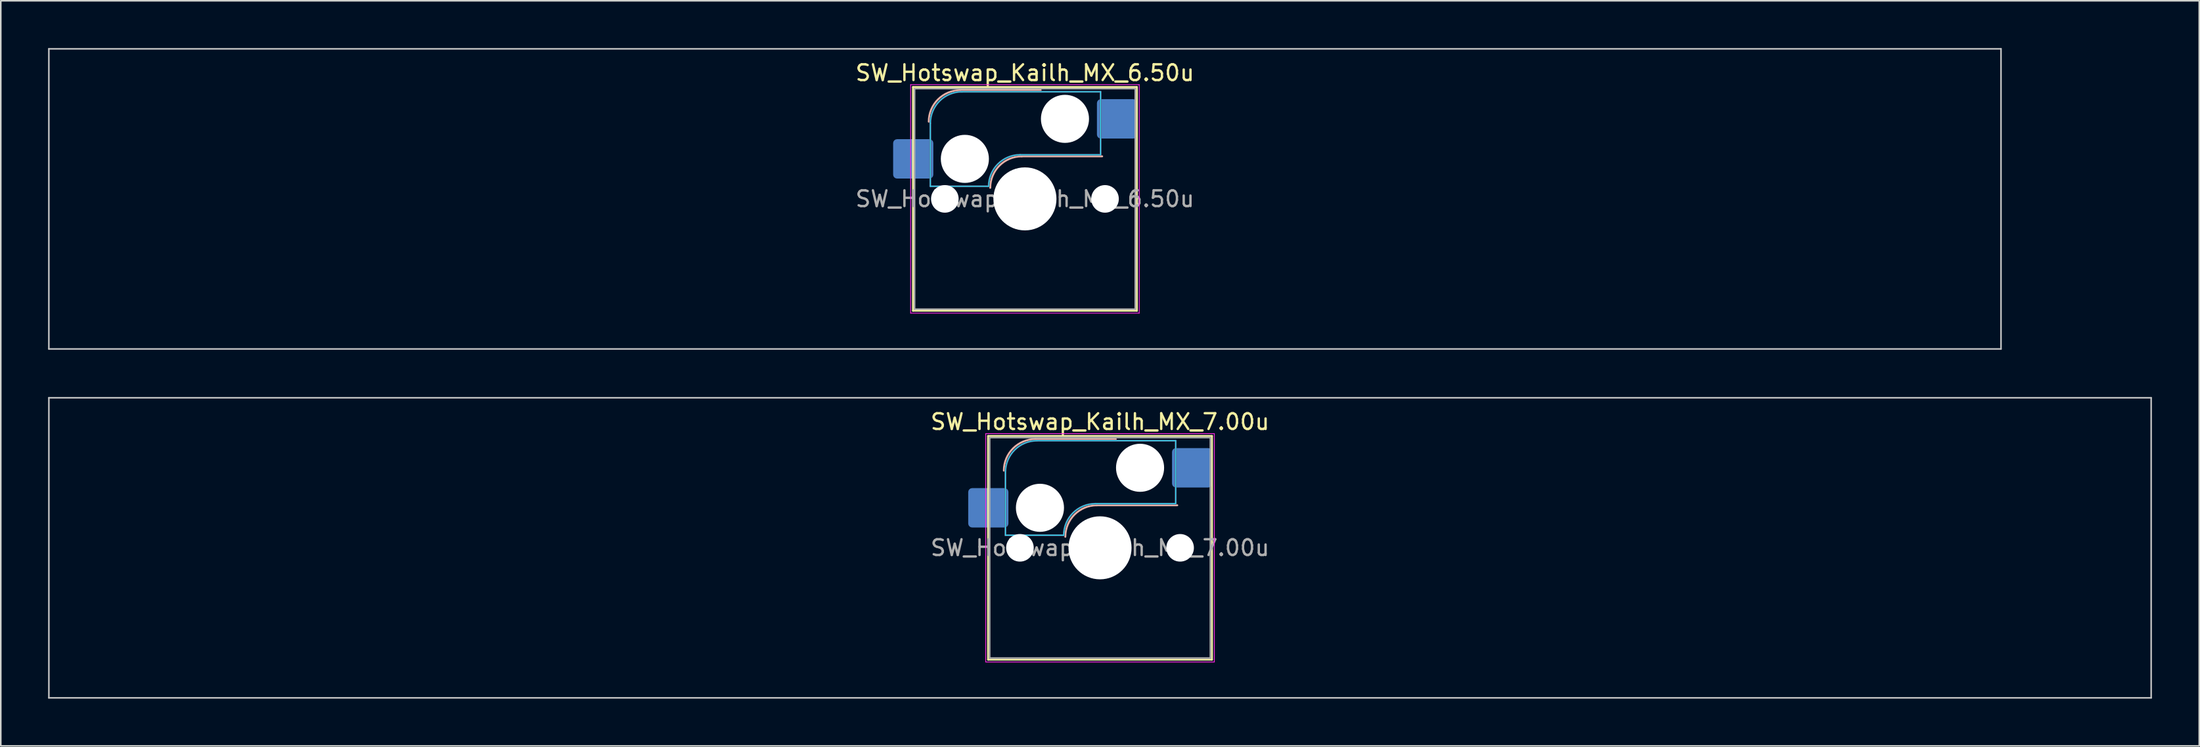
<source format=kicad_pcb>
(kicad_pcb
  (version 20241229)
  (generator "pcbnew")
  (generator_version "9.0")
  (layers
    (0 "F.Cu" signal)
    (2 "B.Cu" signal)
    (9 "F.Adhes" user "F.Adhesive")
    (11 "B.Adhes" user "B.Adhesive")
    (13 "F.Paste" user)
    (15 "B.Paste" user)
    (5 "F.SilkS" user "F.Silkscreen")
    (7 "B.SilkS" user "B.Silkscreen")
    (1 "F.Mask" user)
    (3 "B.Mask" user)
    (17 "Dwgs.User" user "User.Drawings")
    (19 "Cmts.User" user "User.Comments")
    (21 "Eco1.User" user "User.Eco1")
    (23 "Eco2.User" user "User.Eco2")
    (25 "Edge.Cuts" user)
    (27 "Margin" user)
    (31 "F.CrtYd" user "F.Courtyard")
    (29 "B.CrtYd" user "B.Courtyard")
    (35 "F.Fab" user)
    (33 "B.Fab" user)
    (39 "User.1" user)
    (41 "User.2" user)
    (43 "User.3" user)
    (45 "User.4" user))
  (footprint "SW_Hotswap_Kailh_MX_6.50u"
    (layer "F.Cu")
    (at 61.962 9.575)
    (property "Reference" "SW_Hotswap_Kailh_MX_6.50u" (at 0 -8 0) (layer "F.SilkS") (effects (font (size 1 1) (thickness 0.15))))
    (attr smd)
    (fp_line (start -7.1 -7.1) (end -7.1 7.1) (stroke (width 0.12) (type solid)) (layer "F.SilkS"))
    (fp_line (start -7.1 7.1) (end 7.1 7.1) (stroke (width 0.12) (type solid)) (layer "F.SilkS"))
    (fp_line (start 7.1 -7.1) (end -7.1 -7.1) (stroke (width 0.12) (type solid)) (layer "F.SilkS"))
    (fp_line (start 7.1 7.1) (end 7.1 -7.1) (stroke (width 0.12) (type solid)) (layer "F.SilkS"))
    (fp_line (start -4.1 -6.9) (end 1 -6.9) (stroke (width 0.12) (type solid)) (layer "B.SilkS"))
    (fp_line (start -0.2 -2.7) (end 4.9 -2.7) (stroke (width 0.12) (type solid)) (layer "B.SilkS"))
    (fp_arc (start -6.1 -4.9) (mid -5.514214 -6.314214) (end -4.1 -6.9) (stroke (width 0.12) (type solid)) (layer "B.SilkS"))
    (fp_arc (start -2.2 -0.7) (mid -1.614214 -2.114214) (end -0.2 -2.7) (stroke (width 0.12) (type solid)) (layer "B.SilkS"))
    (fp_line (start -61.913 -9.525) (end -61.913 9.525) (stroke (width 0.1) (type solid)) (layer "Dwgs.User"))
    (fp_line (start -61.913 9.525) (end 61.913 9.525) (stroke (width 0.1) (type solid)) (layer "Dwgs.User"))
    (fp_line (start 61.913 -9.525) (end -61.913 -9.525) (stroke (width 0.1) (type solid)) (layer "Dwgs.User"))
    (fp_line (start 61.913 9.525) (end 61.913 -9.525) (stroke (width 0.1) (type solid)) (layer "Dwgs.User"))
    (fp_line (start -7.8 -6) (end -7 -6) (stroke (width 0.1) (type solid)) (layer "Eco1.User"))
    (fp_line (start -7.8 -2.9) (end -7.8 -6) (stroke (width 0.1) (type solid)) (layer "Eco1.User"))
    (fp_line (start -7.8 2.9) (end -7 2.9) (stroke (width 0.1) (type solid)) (layer "Eco1.User"))
    (fp_line (start -7.8 6) (end -7.8 2.9) (stroke (width 0.1) (type solid)) (layer "Eco1.User"))
    (fp_line (start -7 -7) (end 7 -7) (stroke (width 0.1) (type solid)) (layer "Eco1.User"))
    (fp_line (start -7 -6) (end -7 -7) (stroke (width 0.1) (type solid)) (layer "Eco1.User"))
    (fp_line (start -7 -2.9) (end -7.8 -2.9) (stroke (width 0.1) (type solid)) (layer "Eco1.User"))
    (fp_line (start -7 2.9) (end -7 -2.9) (stroke (width 0.1) (type solid)) (layer "Eco1.User"))
    (fp_line (start -7 6) (end -7.8 6) (stroke (width 0.1) (type solid)) (layer "Eco1.User"))
    (fp_line (start -7 7) (end -7 6) (stroke (width 0.1) (type solid)) (layer "Eco1.User"))
    (fp_line (start 7 -7) (end 7 -6) (stroke (width 0.1) (type solid)) (layer "Eco1.User"))
    (fp_line (start 7 -6) (end 7.8 -6) (stroke (width 0.1) (type solid)) (layer "Eco1.User"))
    (fp_line (start 7 -2.9) (end 7 2.9) (stroke (width 0.1) (type solid)) (layer "Eco1.User"))
    (fp_line (start 7 2.9) (end 7.8 2.9) (stroke (width 0.1) (type solid)) (layer "Eco1.User"))
    (fp_line (start 7 6) (end 7 7) (stroke (width 0.1) (type solid)) (layer "Eco1.User"))
    (fp_line (start 7 7) (end -7 7) (stroke (width 0.1) (type solid)) (layer "Eco1.User"))
    (fp_line (start 7.8 -6) (end 7.8 -2.9) (stroke (width 0.1) (type solid)) (layer "Eco1.User"))
    (fp_line (start 7.8 -2.9) (end 7 -2.9) (stroke (width 0.1) (type solid)) (layer "Eco1.User"))
    (fp_line (start 7.8 2.9) (end 7.8 6) (stroke (width 0.1) (type solid)) (layer "Eco1.User"))
    (fp_line (start 7.8 6) (end 7 6) (stroke (width 0.1) (type solid)) (layer "Eco1.User"))
    (fp_line (start -6 -0.8) (end -6 -4.8) (stroke (width 0.05) (type solid)) (layer "B.CrtYd"))
    (fp_line (start -6 -0.8) (end -2.3 -0.8) (stroke (width 0.05) (type solid)) (layer "B.CrtYd"))
    (fp_line (start -4 -6.8) (end 4.8 -6.8) (stroke (width 0.05) (type solid)) (layer "B.CrtYd"))
    (fp_line (start -0.3 -2.8) (end 4.8 -2.8) (stroke (width 0.05) (type solid)) (layer "B.CrtYd"))
    (fp_line (start 4.8 -6.8) (end 4.8 -2.8) (stroke (width 0.05) (type solid)) (layer "B.CrtYd"))
    (fp_arc (start -6 -4.8) (mid -5.414214 -6.214214) (end -4 -6.8) (stroke (width 0.05) (type solid)) (layer "B.CrtYd"))
    (fp_arc (start -2.3 -0.8) (mid -1.714214 -2.214214) (end -0.3 -2.8) (stroke (width 0.05) (type solid)) (layer "B.CrtYd"))
    (fp_line (start -7.25 -7.25) (end -7.25 7.25) (stroke (width 0.05) (type solid)) (layer "F.CrtYd"))
    (fp_line (start -7.25 7.25) (end 7.25 7.25) (stroke (width 0.05) (type solid)) (layer "F.CrtYd"))
    (fp_line (start 7.25 -7.25) (end -7.25 -7.25) (stroke (width 0.05) (type solid)) (layer "F.CrtYd"))
    (fp_line (start 7.25 7.25) (end 7.25 -7.25) (stroke (width 0.05) (type solid)) (layer "F.CrtYd"))
    (fp_line (start -6 -0.8) (end -6 -4.8) (stroke (width 0.12) (type solid)) (layer "B.Fab"))
    (fp_line (start -6 -0.8) (end -2.3 -0.8) (stroke (width 0.12) (type solid)) (layer "B.Fab"))
    (fp_line (start -4 -6.8) (end 4.8 -6.8) (stroke (width 0.12) (type solid)) (layer "B.Fab"))
    (fp_line (start -0.3 -2.8) (end 4.8 -2.8) (stroke (width 0.12) (type solid)) (layer "B.Fab"))
    (fp_line (start 4.8 -6.8) (end 4.8 -2.8) (stroke (width 0.12) (type solid)) (layer "B.Fab"))
    (fp_arc (start -6 -4.8) (mid -5.414214 -6.214214) (end -4 -6.8) (stroke (width 0.12) (type solid)) (layer "B.Fab"))
    (fp_arc (start -2.3 -0.8) (mid -1.714214 -2.214214) (end -0.3 -2.8) (stroke (width 0.12) (type solid)) (layer "B.Fab"))
    (fp_line (start -7 -7) (end -7 7) (stroke (width 0.1) (type solid)) (layer "F.Fab"))
    (fp_line (start -7 7) (end 7 7) (stroke (width 0.1) (type solid)) (layer "F.Fab"))
    (fp_line (start 7 -7) (end -7 -7) (stroke (width 0.1) (type solid)) (layer "F.Fab"))
    (fp_line (start 7 7) (end 7 -7) (stroke (width 0.1) (type solid)) (layer "F.Fab"))
    (fp_text user "${REFERENCE}" (at 0 0 0) (layer "F.Fab") (effects (font (size 1 1) (thickness 0.15))))
    (pad "" np_thru_hole circle (at -5.08 0) (size 1.75 1.75) (drill 1.75) (layers "*.Cu" "*.Mask"))
    (pad "" np_thru_hole circle (at -3.81 -2.54) (size 3.05 3.05) (drill 3.05) (layers "*.Cu" "*.Mask"))
    (pad "" np_thru_hole circle (at 0 0) (size 4 4) (drill 4) (layers "*.Cu" "*.Mask"))
    (pad "" np_thru_hole circle (at 2.54 -5.08) (size 3.05 3.05) (drill 3.05) (layers "*.Cu" "*.Mask"))
    (pad "" np_thru_hole circle (at 5.08 0) (size 1.75 1.75) (drill 1.75) (layers "*.Cu" "*.Mask"))
    (pad "1" smd roundrect (at -7.085 -2.54) (size 2.55 2.5) (layers "B.Cu" "B.Mask" "B.Paste") (roundrect_rratio 0.1))
    (pad "2" smd roundrect (at 5.842 -5.08) (size 2.55 2.5) (layers "B.Cu" "B.Mask" "B.Paste") (roundrect_rratio 0.1)))
  (footprint "SW_Hotswap_Kailh_MX_7.00u"
    (layer "F.Cu")
    (at 66.725 31.725)
    (property "Reference" "SW_Hotswap_Kailh_MX_7.00u" (at 0 -8 0) (layer "F.SilkS") (effects (font (size 1 1) (thickness 0.15))))
    (attr smd)
    (fp_line (start -7.1 -7.1) (end -7.1 7.1) (stroke (width 0.12) (type solid)) (layer "F.SilkS"))
    (fp_line (start -7.1 7.1) (end 7.1 7.1) (stroke (width 0.12) (type solid)) (layer "F.SilkS"))
    (fp_line (start 7.1 -7.1) (end -7.1 -7.1) (stroke (width 0.12) (type solid)) (layer "F.SilkS"))
    (fp_line (start 7.1 7.1) (end 7.1 -7.1) (stroke (width 0.12) (type solid)) (layer "F.SilkS"))
    (fp_line (start -4.1 -6.9) (end 1 -6.9) (stroke (width 0.12) (type solid)) (layer "B.SilkS"))
    (fp_line (start -0.2 -2.7) (end 4.9 -2.7) (stroke (width 0.12) (type solid)) (layer "B.SilkS"))
    (fp_arc (start -6.1 -4.9) (mid -5.514214 -6.314214) (end -4.1 -6.9) (stroke (width 0.12) (type solid)) (layer "B.SilkS"))
    (fp_arc (start -2.2 -0.7) (mid -1.614214 -2.114214) (end -0.2 -2.7) (stroke (width 0.12) (type solid)) (layer "B.SilkS"))
    (fp_line (start -66.675 -9.525) (end -66.675 9.525) (stroke (width 0.1) (type solid)) (layer "Dwgs.User"))
    (fp_line (start -66.675 9.525) (end 66.675 9.525) (stroke (width 0.1) (type solid)) (layer "Dwgs.User"))
    (fp_line (start 66.675 -9.525) (end -66.675 -9.525) (stroke (width 0.1) (type solid)) (layer "Dwgs.User"))
    (fp_line (start 66.675 9.525) (end 66.675 -9.525) (stroke (width 0.1) (type solid)) (layer "Dwgs.User"))
    (fp_line (start -7.8 -6) (end -7 -6) (stroke (width 0.1) (type solid)) (layer "Eco1.User"))
    (fp_line (start -7.8 -2.9) (end -7.8 -6) (stroke (width 0.1) (type solid)) (layer "Eco1.User"))
    (fp_line (start -7.8 2.9) (end -7 2.9) (stroke (width 0.1) (type solid)) (layer "Eco1.User"))
    (fp_line (start -7.8 6) (end -7.8 2.9) (stroke (width 0.1) (type solid)) (layer "Eco1.User"))
    (fp_line (start -7 -7) (end 7 -7) (stroke (width 0.1) (type solid)) (layer "Eco1.User"))
    (fp_line (start -7 -6) (end -7 -7) (stroke (width 0.1) (type solid)) (layer "Eco1.User"))
    (fp_line (start -7 -2.9) (end -7.8 -2.9) (stroke (width 0.1) (type solid)) (layer "Eco1.User"))
    (fp_line (start -7 2.9) (end -7 -2.9) (stroke (width 0.1) (type solid)) (layer "Eco1.User"))
    (fp_line (start -7 6) (end -7.8 6) (stroke (width 0.1) (type solid)) (layer "Eco1.User"))
    (fp_line (start -7 7) (end -7 6) (stroke (width 0.1) (type solid)) (layer "Eco1.User"))
    (fp_line (start 7 -7) (end 7 -6) (stroke (width 0.1) (type solid)) (layer "Eco1.User"))
    (fp_line (start 7 -6) (end 7.8 -6) (stroke (width 0.1) (type solid)) (layer "Eco1.User"))
    (fp_line (start 7 -2.9) (end 7 2.9) (stroke (width 0.1) (type solid)) (layer "Eco1.User"))
    (fp_line (start 7 2.9) (end 7.8 2.9) (stroke (width 0.1) (type solid)) (layer "Eco1.User"))
    (fp_line (start 7 6) (end 7 7) (stroke (width 0.1) (type solid)) (layer "Eco1.User"))
    (fp_line (start 7 7) (end -7 7) (stroke (width 0.1) (type solid)) (layer "Eco1.User"))
    (fp_line (start 7.8 -6) (end 7.8 -2.9) (stroke (width 0.1) (type solid)) (layer "Eco1.User"))
    (fp_line (start 7.8 -2.9) (end 7 -2.9) (stroke (width 0.1) (type solid)) (layer "Eco1.User"))
    (fp_line (start 7.8 2.9) (end 7.8 6) (stroke (width 0.1) (type solid)) (layer "Eco1.User"))
    (fp_line (start 7.8 6) (end 7 6) (stroke (width 0.1) (type solid)) (layer "Eco1.User"))
    (fp_line (start -6 -0.8) (end -6 -4.8) (stroke (width 0.05) (type solid)) (layer "B.CrtYd"))
    (fp_line (start -6 -0.8) (end -2.3 -0.8) (stroke (width 0.05) (type solid)) (layer "B.CrtYd"))
    (fp_line (start -4 -6.8) (end 4.8 -6.8) (stroke (width 0.05) (type solid)) (layer "B.CrtYd"))
    (fp_line (start -0.3 -2.8) (end 4.8 -2.8) (stroke (width 0.05) (type solid)) (layer "B.CrtYd"))
    (fp_line (start 4.8 -6.8) (end 4.8 -2.8) (stroke (width 0.05) (type solid)) (layer "B.CrtYd"))
    (fp_arc (start -6 -4.8) (mid -5.414214 -6.214214) (end -4 -6.8) (stroke (width 0.05) (type solid)) (layer "B.CrtYd"))
    (fp_arc (start -2.3 -0.8) (mid -1.714214 -2.214214) (end -0.3 -2.8) (stroke (width 0.05) (type solid)) (layer "B.CrtYd"))
    (fp_line (start -7.25 -7.25) (end -7.25 7.25) (stroke (width 0.05) (type solid)) (layer "F.CrtYd"))
    (fp_line (start -7.25 7.25) (end 7.25 7.25) (stroke (width 0.05) (type solid)) (layer "F.CrtYd"))
    (fp_line (start 7.25 -7.25) (end -7.25 -7.25) (stroke (width 0.05) (type solid)) (layer "F.CrtYd"))
    (fp_line (start 7.25 7.25) (end 7.25 -7.25) (stroke (width 0.05) (type solid)) (layer "F.CrtYd"))
    (fp_line (start -6 -0.8) (end -6 -4.8) (stroke (width 0.12) (type solid)) (layer "B.Fab"))
    (fp_line (start -6 -0.8) (end -2.3 -0.8) (stroke (width 0.12) (type solid)) (layer "B.Fab"))
    (fp_line (start -4 -6.8) (end 4.8 -6.8) (stroke (width 0.12) (type solid)) (layer "B.Fab"))
    (fp_line (start -0.3 -2.8) (end 4.8 -2.8) (stroke (width 0.12) (type solid)) (layer "B.Fab"))
    (fp_line (start 4.8 -6.8) (end 4.8 -2.8) (stroke (width 0.12) (type solid)) (layer "B.Fab"))
    (fp_arc (start -6 -4.8) (mid -5.414214 -6.214214) (end -4 -6.8) (stroke (width 0.12) (type solid)) (layer "B.Fab"))
    (fp_arc (start -2.3 -0.8) (mid -1.714214 -2.214214) (end -0.3 -2.8) (stroke (width 0.12) (type solid)) (layer "B.Fab"))
    (fp_line (start -7 -7) (end -7 7) (stroke (width 0.1) (type solid)) (layer "F.Fab"))
    (fp_line (start -7 7) (end 7 7) (stroke (width 0.1) (type solid)) (layer "F.Fab"))
    (fp_line (start 7 -7) (end -7 -7) (stroke (width 0.1) (type solid)) (layer "F.Fab"))
    (fp_line (start 7 7) (end 7 -7) (stroke (width 0.1) (type solid)) (layer "F.Fab"))
    (fp_text user "${REFERENCE}" (at 0 0 0) (layer "F.Fab") (effects (font (size 1 1) (thickness 0.15))))
    (pad "" np_thru_hole circle (at -5.08 0) (size 1.75 1.75) (drill 1.75) (layers "*.Cu" "*.Mask"))
    (pad "" np_thru_hole circle (at -3.81 -2.54) (size 3.05 3.05) (drill 3.05) (layers "*.Cu" "*.Mask"))
    (pad "" np_thru_hole circle (at 0 0) (size 4 4) (drill 4) (layers "*.Cu" "*.Mask"))
    (pad "" np_thru_hole circle (at 2.54 -5.08) (size 3.05 3.05) (drill 3.05) (layers "*.Cu" "*.Mask"))
    (pad "" np_thru_hole circle (at 5.08 0) (size 1.75 1.75) (drill 1.75) (layers "*.Cu" "*.Mask"))
    (pad "1" smd roundrect (at -7.085 -2.54) (size 2.55 2.5) (layers "B.Cu" "B.Mask" "B.Paste") (roundrect_rratio 0.1))
    (pad "2" smd roundrect (at 5.842 -5.08) (size 2.55 2.5) (layers "B.Cu" "B.Mask" "B.Paste") (roundrect_rratio 0.1)))
  (gr_rect
    (start -3 -3)
    (end 136.45 44.3)
    (stroke (width 0.1) (type default))
    (fill no)
    (layer "Edge.Cuts")))
</source>
